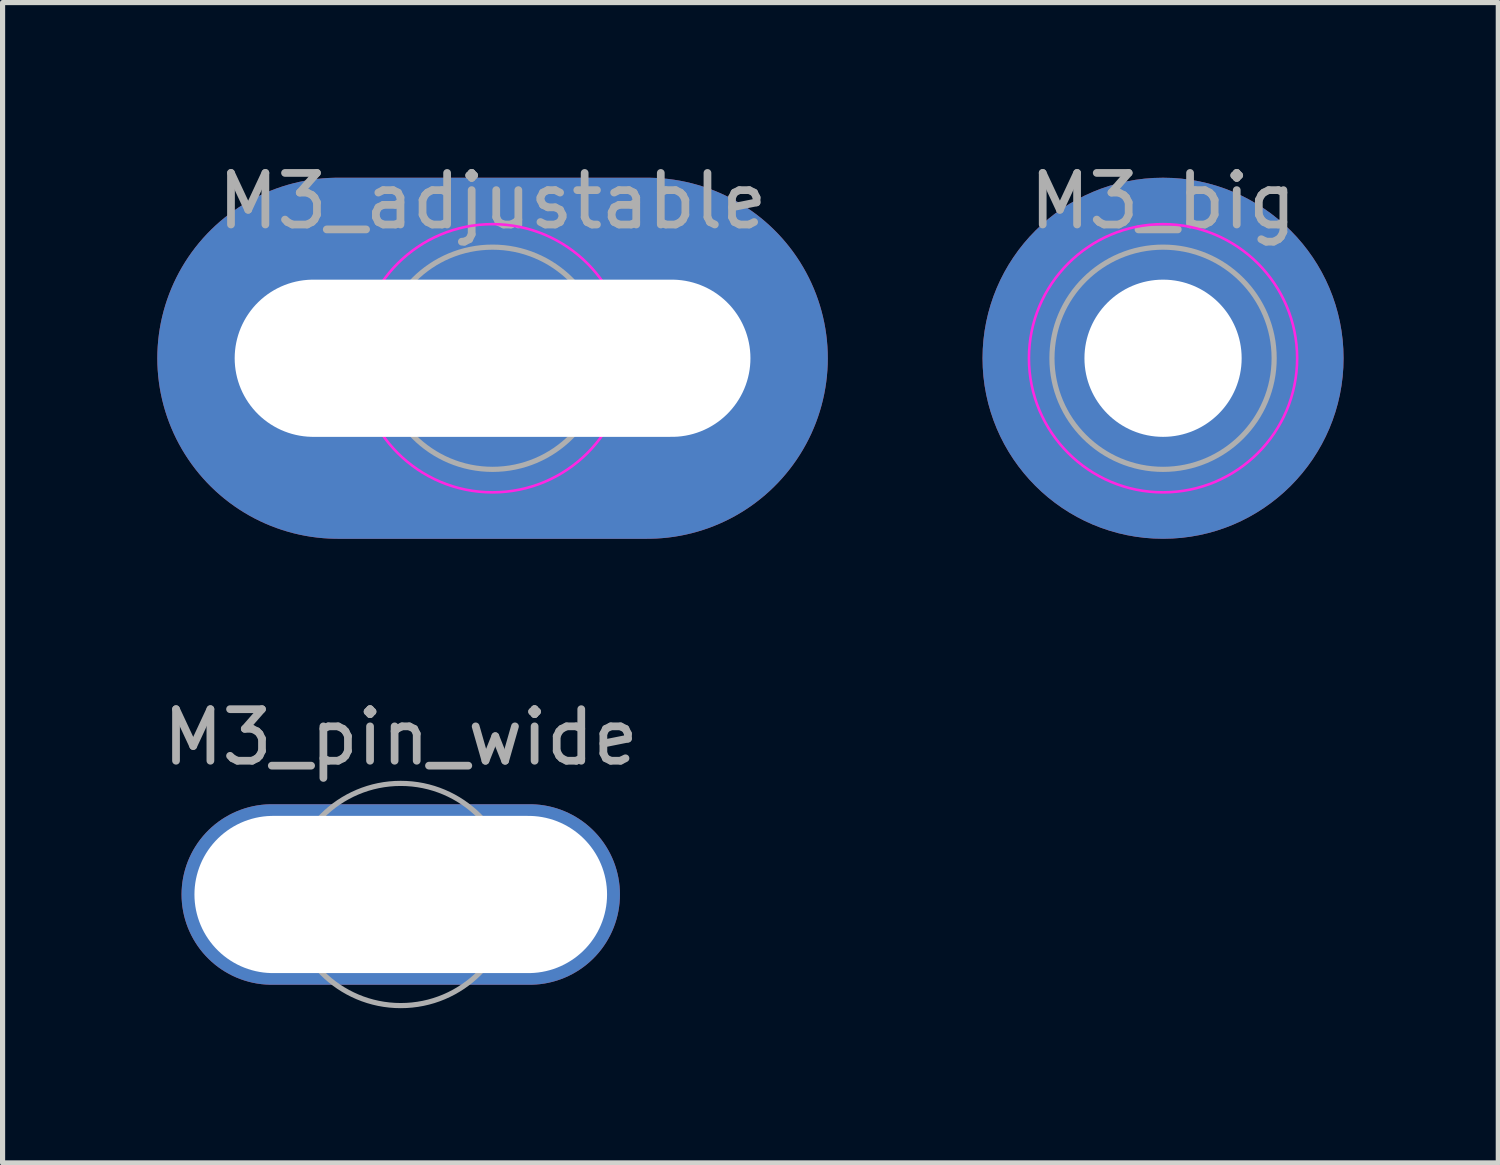
<source format=kicad_pcb>
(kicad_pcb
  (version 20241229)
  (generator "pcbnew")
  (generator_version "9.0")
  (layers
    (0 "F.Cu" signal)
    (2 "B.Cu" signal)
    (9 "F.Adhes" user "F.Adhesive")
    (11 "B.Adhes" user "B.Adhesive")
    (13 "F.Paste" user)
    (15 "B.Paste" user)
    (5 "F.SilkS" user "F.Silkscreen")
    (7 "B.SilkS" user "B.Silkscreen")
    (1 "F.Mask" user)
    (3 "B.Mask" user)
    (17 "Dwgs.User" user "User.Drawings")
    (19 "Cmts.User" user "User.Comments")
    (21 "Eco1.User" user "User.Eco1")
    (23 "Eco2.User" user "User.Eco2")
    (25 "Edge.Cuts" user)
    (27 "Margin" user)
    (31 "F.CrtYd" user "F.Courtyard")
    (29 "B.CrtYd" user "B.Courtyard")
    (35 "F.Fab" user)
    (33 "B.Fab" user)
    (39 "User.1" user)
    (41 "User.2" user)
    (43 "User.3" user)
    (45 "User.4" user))
  (footprint "M3_pin_wide"
    (layer "F.Cu")
    (at 4.72 14.293)
    (property "Reference" "M3_pin_wide" (at 0 -3.048 0) (layer "F.Fab") (effects (font (size 1 1) (thickness 0.15))))
    (attr through_hole)
    (fp_circle (center 0 0) (end 2 0.8) (stroke (width 0.1) (type solid)) (fill no) (layer "F.Fab"))
    (pad "1" thru_hole oval (at 0 0) (size 8.5 3.5) (drill oval 8 3.048) (layers "*.Cu" "*.Mask")))
  (footprint "M3_adjustable"
    (layer "F.Cu")
    (at 6.5 3.896)
    (property "Reference" "M3_adjustable" (at 0 -3.048 0) (layer "F.Fab") (effects (font (size 1 1) (thickness 0.15))))
    (attr through_hole)
    (fp_circle (center 0 0) (end 2.6 0) (stroke (width 0.05) (type solid)) (fill no) (layer "F.CrtYd"))
    (fp_circle (center 0 0) (end 2 0.8) (stroke (width 0.1) (type solid)) (fill no) (layer "F.Fab"))
    (pad "1" thru_hole oval (at 0 0) (size 13 7) (drill oval 10 3.048) (layers "*.Cu" "*.Mask")))
  (footprint "M3_big"
    (layer "F.Cu")
    (at 19.5 3.896)
    (property "Reference" "M3_big" (at 0 -3.048 0) (layer "F.Fab") (effects (font (size 1 1) (thickness 0.15))))
    (attr through_hole)
    (fp_circle (center 0 0) (end 2.6 0) (stroke (width 0.05) (type solid)) (fill no) (layer "F.CrtYd"))
    (fp_circle (center 0 0) (end 2 0.8) (stroke (width 0.1) (type solid)) (fill no) (layer "F.Fab"))
    (pad "1" thru_hole oval (at 0 0) (size 7 7) (drill 3.048) (layers "*.Cu" "*.Mask")))
  (gr_rect
    (start -3 -3)
    (end 26 19.497)
    (stroke (width 0.1) (type default))
    (fill no)
    (layer "Edge.Cuts")))
</source>
